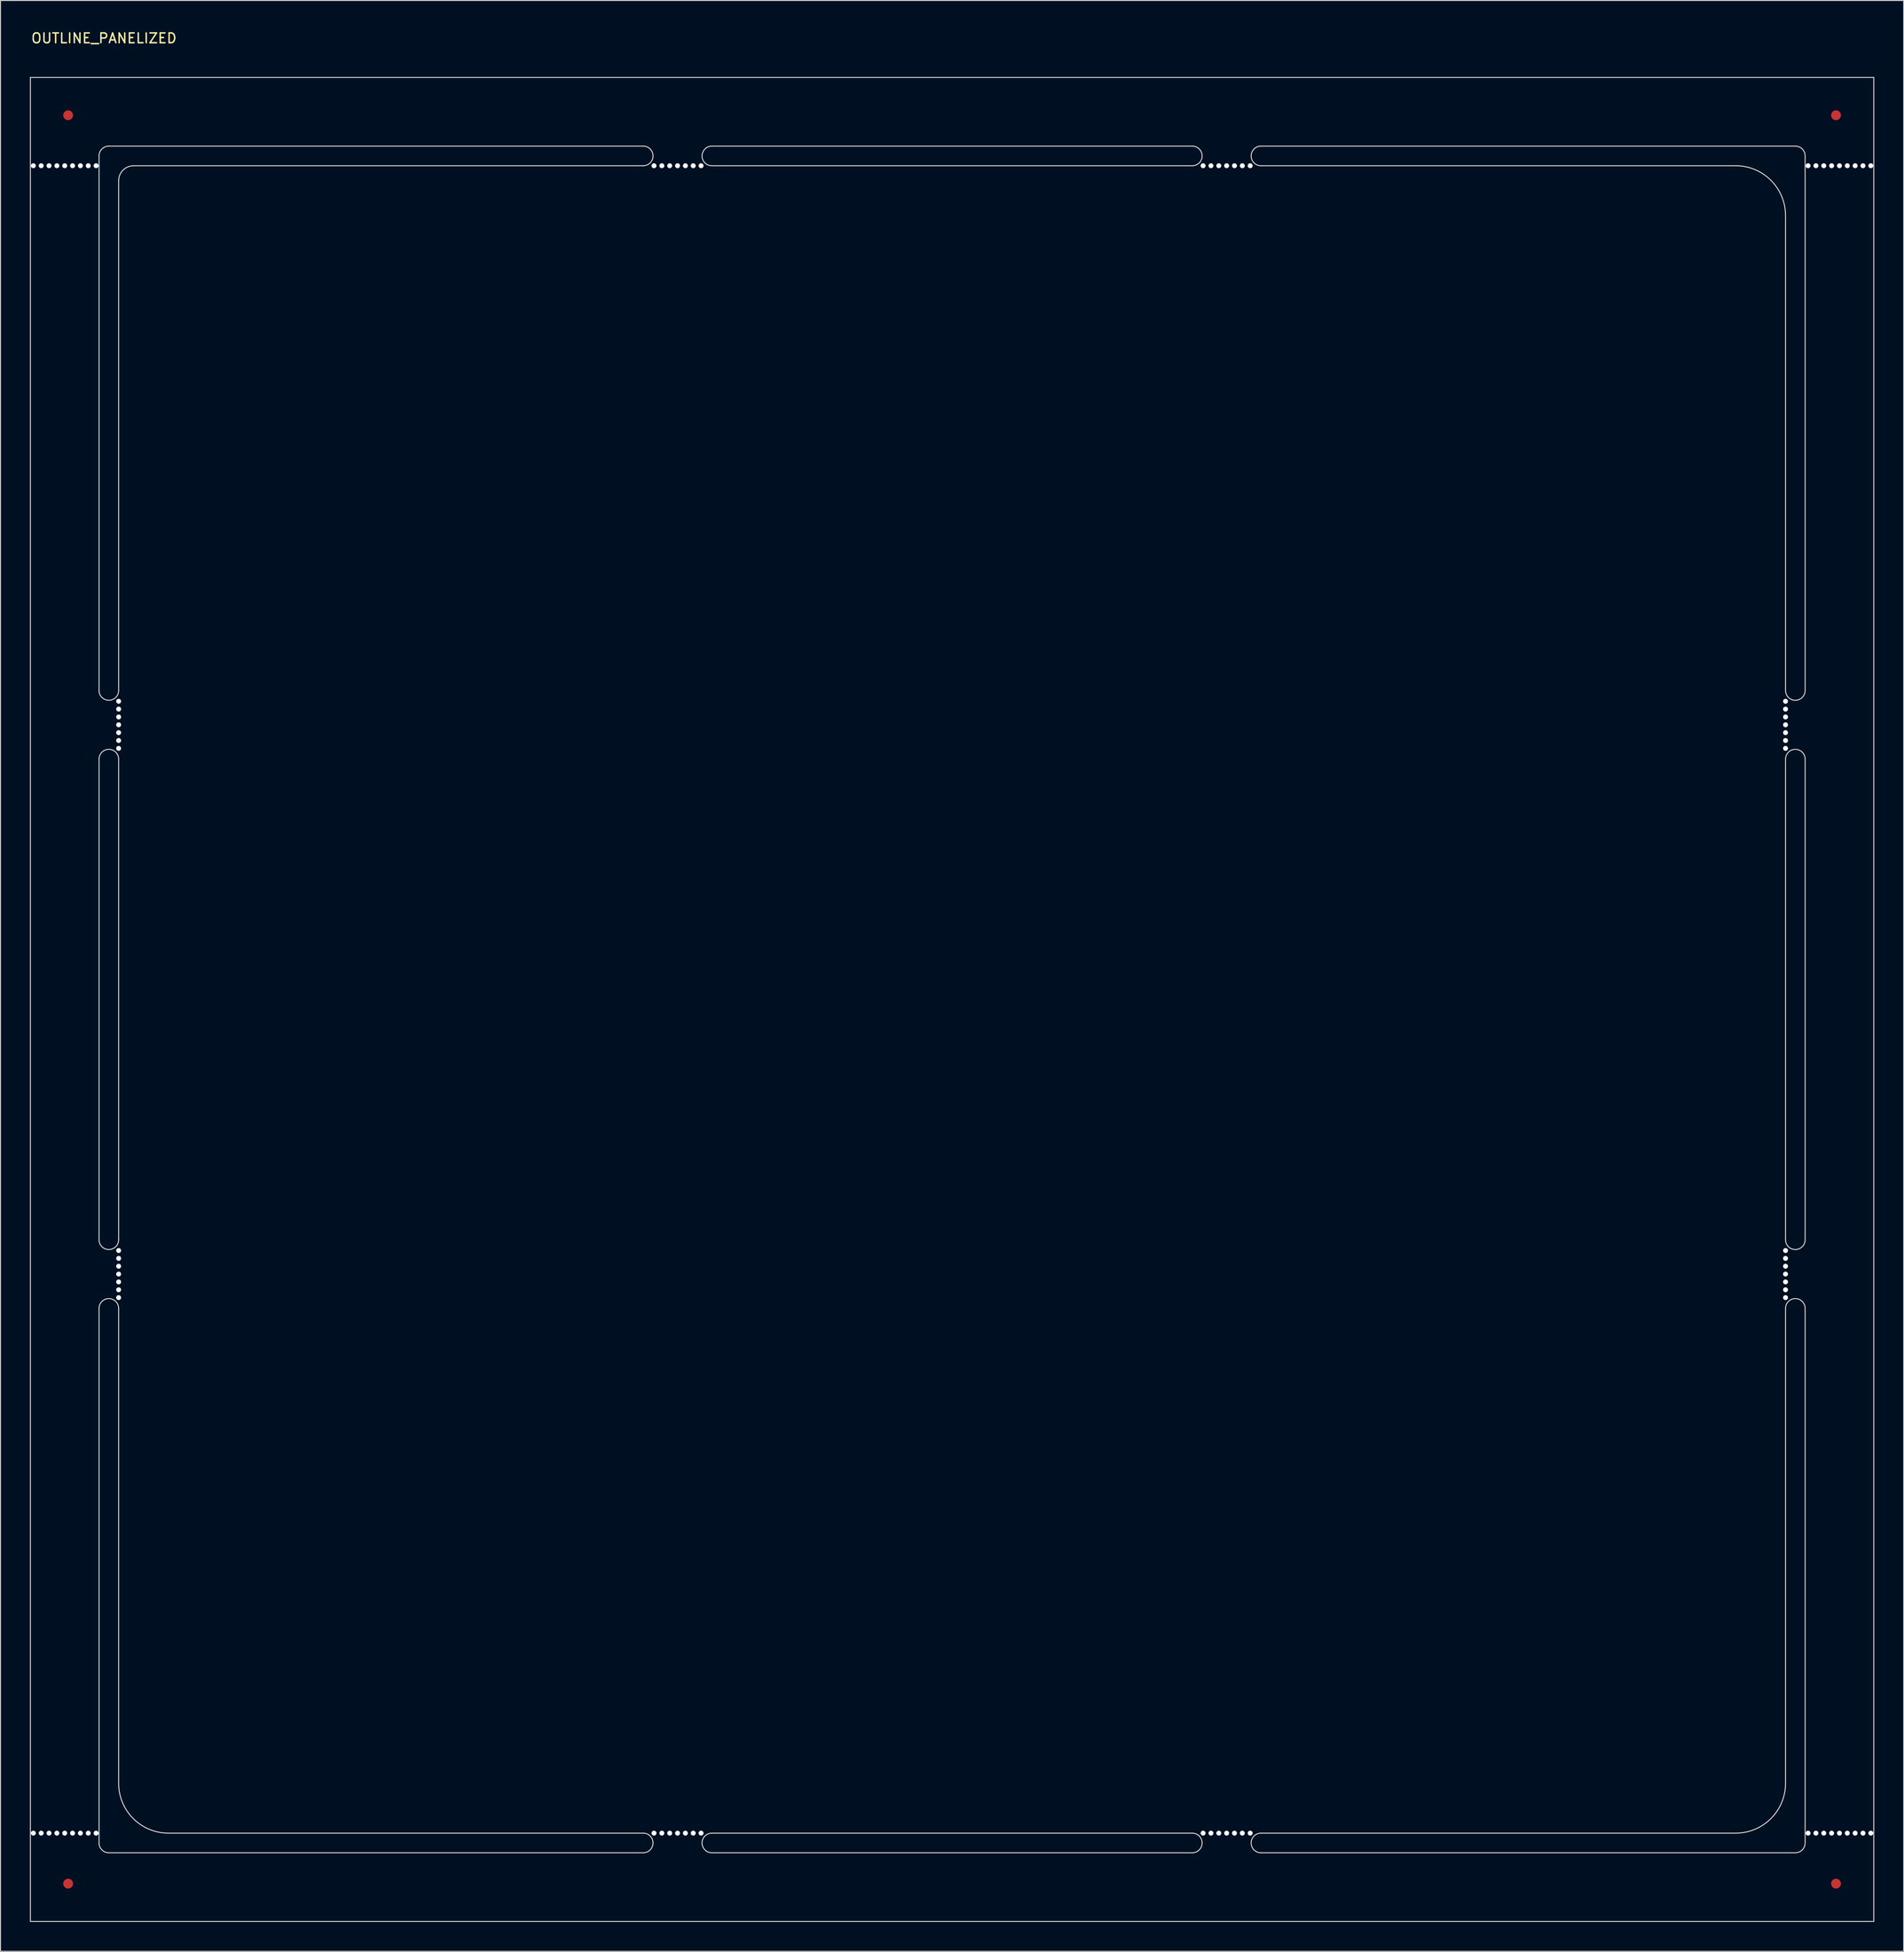
<source format=kicad_pcb>
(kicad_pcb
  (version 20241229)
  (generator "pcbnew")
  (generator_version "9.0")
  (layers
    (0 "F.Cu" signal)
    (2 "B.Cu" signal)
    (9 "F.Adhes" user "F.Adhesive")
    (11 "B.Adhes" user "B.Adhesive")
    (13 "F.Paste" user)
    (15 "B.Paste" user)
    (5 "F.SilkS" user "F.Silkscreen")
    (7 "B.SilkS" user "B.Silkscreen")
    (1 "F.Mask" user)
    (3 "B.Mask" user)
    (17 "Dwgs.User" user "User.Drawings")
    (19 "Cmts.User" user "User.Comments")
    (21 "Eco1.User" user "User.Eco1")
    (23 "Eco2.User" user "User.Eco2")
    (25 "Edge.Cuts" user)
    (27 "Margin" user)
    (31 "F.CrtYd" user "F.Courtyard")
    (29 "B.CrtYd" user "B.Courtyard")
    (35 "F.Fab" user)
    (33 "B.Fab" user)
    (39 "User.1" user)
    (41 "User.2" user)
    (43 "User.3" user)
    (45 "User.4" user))
  (footprint "OUTLINE_PANELIZED"
    (layer "F.Cu")
    (at 9.05 13.848)
    (property "Reference" "OUTLINE_PANELIZED" (at -9 -13 0) (unlocked yes) (layer "F.SilkS") (effects (font (size 1 1) (thickness 0.15)) (justify left)))
    (fp_line (start -9 -9) (end 179 -9) (stroke (width 0.1) (type default)) (layer "Edge.Cuts"))
    (fp_line (start -9 179) (end -9 -9) (stroke (width 0.1) (type default)) (layer "Edge.Cuts"))
    (fp_line (start -2 -1) (end -2 53.5) (stroke (width 0.1) (type default)) (layer "Edge.Cuts"))
    (fp_line (start -2 60.5) (end -2 109.5) (stroke (width 0.1) (type default)) (layer "Edge.Cuts"))
    (fp_line (start -2 116.5) (end -2 171) (stroke (width 0.1) (type default)) (layer "Edge.Cuts"))
    (fp_line (start 0 53.5) (end 0 1.53) (stroke (width 0.1) (type default)) (layer "Edge.Cuts"))
    (fp_line (start 0 109.5) (end 0 60.5) (stroke (width 0.1) (type default)) (layer "Edge.Cuts"))
    (fp_line (start 0 164.92) (end 0 116.5) (stroke (width 0.1) (type default)) (layer "Edge.Cuts"))
    (fp_line (start 5.08 170) (end 53.5 170) (stroke (width 0.1) (type default)) (layer "Edge.Cuts"))
    (fp_line (start 53.5 -2) (end -1 -2) (stroke (width 0.1) (type default)) (layer "Edge.Cuts"))
    (fp_line (start 53.5 0) (end 1.53 0) (stroke (width 0.1) (type default)) (layer "Edge.Cuts"))
    (fp_line (start 53.5 172) (end -1 172) (stroke (width 0.1) (type default)) (layer "Edge.Cuts"))
    (fp_line (start 60.5 -2) (end 109.5 -2) (stroke (width 0.1) (type default)) (layer "Edge.Cuts"))
    (fp_line (start 60.5 0) (end 109.5 0) (stroke (width 0.1) (type default)) (layer "Edge.Cuts"))
    (fp_line (start 60.5 170) (end 109.5 170) (stroke (width 0.1) (type default)) (layer "Edge.Cuts"))
    (fp_line (start 60.5 172) (end 109.5 172) (stroke (width 0.1) (type default)) (layer "Edge.Cuts"))
    (fp_line (start 116.5 0) (end 164.92 0) (stroke (width 0.1) (type default)) (layer "Edge.Cuts"))
    (fp_line (start 116.5 170) (end 164.92 170) (stroke (width 0.1) (type default)) (layer "Edge.Cuts"))
    (fp_line (start 170 53.5) (end 170 5.08) (stroke (width 0.1) (type default)) (layer "Edge.Cuts"))
    (fp_line (start 170 60.5) (end 170 109.5) (stroke (width 0.1) (type default)) (layer "Edge.Cuts"))
    (fp_line (start 170 116.5) (end 170 164.92) (stroke (width 0.1) (type default)) (layer "Edge.Cuts"))
    (fp_line (start 171 -2) (end 116.5 -2) (stroke (width 0.1) (type default)) (layer "Edge.Cuts"))
    (fp_line (start 171 172) (end 116.5 172) (stroke (width 0.1) (type default)) (layer "Edge.Cuts"))
    (fp_line (start 172 53.5) (end 172 -1) (stroke (width 0.1) (type default)) (layer "Edge.Cuts"))
    (fp_line (start 172 60.5) (end 172 109.5) (stroke (width 0.1) (type default)) (layer "Edge.Cuts"))
    (fp_line (start 172 171) (end 172 116.5) (stroke (width 0.1) (type default)) (layer "Edge.Cuts"))
    (fp_line (start 179 -9) (end 179 179) (stroke (width 0.1) (type default)) (layer "Edge.Cuts"))
    (fp_line (start 179 179) (end -9 179) (stroke (width 0.1) (type default)) (layer "Edge.Cuts"))
    (fp_arc (start -2 -1) (mid -1.707107 -1.707107) (end -1 -2) (stroke (width 0.1) (type default)) (layer "Edge.Cuts"))
    (fp_arc (start -2 60.5) (mid -1 59.5) (end 0 60.5) (stroke (width 0.1) (type default)) (layer "Edge.Cuts"))
    (fp_arc (start -2 116.5) (mid -1 115.5) (end 0 116.5) (stroke (width 0.1) (type default)) (layer "Edge.Cuts"))
    (fp_arc (start -1 172) (mid -1.707107 171.707107) (end -2 171) (stroke (width 0.1) (type default)) (layer "Edge.Cuts"))
    (fp_arc (start 0 1.53) (mid 0.448127 0.448127) (end 1.53 0) (stroke (width 0.1) (type default)) (layer "Edge.Cuts"))
    (fp_arc (start 0 53.5) (mid -1 54.5) (end -2 53.5) (stroke (width 0.1) (type default)) (layer "Edge.Cuts"))
    (fp_arc (start 0 109.5) (mid -1 110.5) (end -2 109.5) (stroke (width 0.1) (type default)) (layer "Edge.Cuts"))
    (fp_arc (start 5.08 170) (mid 1.487898 168.512102) (end 0 164.92) (stroke (width 0.1) (type default)) (layer "Edge.Cuts"))
    (fp_arc (start 53.5 -2) (mid 54.5 -1) (end 53.5 0) (stroke (width 0.1) (type default)) (layer "Edge.Cuts"))
    (fp_arc (start 53.5 170) (mid 54.5 171) (end 53.5 172) (stroke (width 0.1) (type default)) (layer "Edge.Cuts"))
    (fp_arc (start 60.5 0) (mid 59.5 -1) (end 60.5 -2) (stroke (width 0.1) (type default)) (layer "Edge.Cuts"))
    (fp_arc (start 60.5 172) (mid 59.5 171) (end 60.5 170) (stroke (width 0.1) (type default)) (layer "Edge.Cuts"))
    (fp_arc (start 109.5 -2) (mid 110.5 -1) (end 109.5 0) (stroke (width 0.1) (type default)) (layer "Edge.Cuts"))
    (fp_arc (start 109.5 170) (mid 110.5 171) (end 109.5 172) (stroke (width 0.1) (type default)) (layer "Edge.Cuts"))
    (fp_arc (start 116.5 0) (mid 115.5 -1) (end 116.5 -2) (stroke (width 0.1) (type default)) (layer "Edge.Cuts"))
    (fp_arc (start 116.5 172) (mid 115.5 171) (end 116.5 170) (stroke (width 0.1) (type default)) (layer "Edge.Cuts"))
    (fp_arc (start 164.92 0) (mid 168.512102 1.487898) (end 170 5.08) (stroke (width 0.1) (type default)) (layer "Edge.Cuts"))
    (fp_arc (start 170 60.5) (mid 171 59.5) (end 172 60.5) (stroke (width 0.1) (type default)) (layer "Edge.Cuts"))
    (fp_arc (start 170 116.5) (mid 171 115.5) (end 172 116.5) (stroke (width 0.1) (type default)) (layer "Edge.Cuts"))
    (fp_arc (start 170 164.92) (mid 168.512102 168.512102) (end 164.92 170) (stroke (width 0.1) (type default)) (layer "Edge.Cuts"))
    (fp_arc (start 171 -2) (mid 171.707107 -1.707107) (end 172 -1) (stroke (width 0.1) (type default)) (layer "Edge.Cuts"))
    (fp_arc (start 172 53.5) (mid 171 54.5) (end 170 53.5) (stroke (width 0.1) (type default)) (layer "Edge.Cuts"))
    (fp_arc (start 172 109.5) (mid 171 110.5) (end 170 109.5) (stroke (width 0.1) (type default)) (layer "Edge.Cuts"))
    (fp_arc (start 172 171) (mid 171.707107 171.707107) (end 171 172) (stroke (width 0.1) (type default)) (layer "Edge.Cuts"))
    (pad "" np_thru_hole circle (at -8.7 0) (size 0.5 0.5) (drill 0.5) (layers "*.Cu" "*.Mask"))
    (pad "" np_thru_hole circle (at -8.7 170) (size 0.5 0.5) (drill 0.5) (layers "*.Cu" "*.Mask"))
    (pad "" np_thru_hole circle (at -7.9 0) (size 0.5 0.5) (drill 0.5) (layers "*.Cu" "*.Mask"))
    (pad "" np_thru_hole circle (at -7.9 170) (size 0.5 0.5) (drill 0.5) (layers "*.Cu" "*.Mask"))
    (pad "" np_thru_hole circle (at -7.1 0) (size 0.5 0.5) (drill 0.5) (layers "*.Cu" "*.Mask"))
    (pad "" np_thru_hole circle (at -7.1 170) (size 0.5 0.5) (drill 0.5) (layers "*.Cu" "*.Mask"))
    (pad "" np_thru_hole circle (at -6.3 0) (size 0.5 0.5) (drill 0.5) (layers "*.Cu" "*.Mask"))
    (pad "" np_thru_hole circle (at -6.3 170) (size 0.5 0.5) (drill 0.5) (layers "*.Cu" "*.Mask"))
    (pad "" np_thru_hole circle (at -5.5 0) (size 0.5 0.5) (drill 0.5) (layers "*.Cu" "*.Mask"))
    (pad "" np_thru_hole circle (at -5.5 170) (size 0.5 0.5) (drill 0.5) (layers "*.Cu" "*.Mask"))
    (pad "" smd circle (at -5.15 -5.15) (size 1 1) (layers "F.Cu" "F.Mask"))
    (pad "" smd circle (at -5.15 175.15) (size 1 1) (layers "F.Cu" "F.Mask"))
    (pad "" np_thru_hole circle (at -4.7 0) (size 0.5 0.5) (drill 0.5) (layers "*.Cu" "*.Mask"))
    (pad "" np_thru_hole circle (at -4.7 170) (size 0.5 0.5) (drill 0.5) (layers "*.Cu" "*.Mask"))
    (pad "" np_thru_hole circle (at -3.9 0) (size 0.5 0.5) (drill 0.5) (layers "*.Cu" "*.Mask"))
    (pad "" np_thru_hole circle (at -3.9 170) (size 0.5 0.5) (drill 0.5) (layers "*.Cu" "*.Mask"))
    (pad "" np_thru_hole circle (at -3.1 0) (size 0.5 0.5) (drill 0.5) (layers "*.Cu" "*.Mask"))
    (pad "" np_thru_hole circle (at -3.1 170) (size 0.5 0.5) (drill 0.5) (layers "*.Cu" "*.Mask"))
    (pad "" np_thru_hole circle (at -2.3 0) (size 0.5 0.5) (drill 0.5) (layers "*.Cu" "*.Mask"))
    (pad "" np_thru_hole circle (at -2.3 170) (size 0.5 0.5) (drill 0.5) (layers "*.Cu" "*.Mask"))
    (pad "" np_thru_hole circle (at 0 54.6 90) (size 0.5 0.5) (drill 0.5) (layers "*.Cu" "*.Mask"))
    (pad "" np_thru_hole circle (at 0 55.4 90) (size 0.5 0.5) (drill 0.5) (layers "*.Cu" "*.Mask"))
    (pad "" np_thru_hole circle (at 0 56.2 90) (size 0.5 0.5) (drill 0.5) (layers "*.Cu" "*.Mask"))
    (pad "" np_thru_hole circle (at 0 57 90) (size 0.5 0.5) (drill 0.5) (layers "*.Cu" "*.Mask"))
    (pad "" np_thru_hole circle (at 0 57.8 90) (size 0.5 0.5) (drill 0.5) (layers "*.Cu" "*.Mask"))
    (pad "" np_thru_hole circle (at 0 58.6 90) (size 0.5 0.5) (drill 0.5) (layers "*.Cu" "*.Mask"))
    (pad "" np_thru_hole circle (at 0 59.4 90) (size 0.5 0.5) (drill 0.5) (layers "*.Cu" "*.Mask"))
    (pad "" np_thru_hole circle (at 0 110.6 90) (size 0.5 0.5) (drill 0.5) (layers "*.Cu" "*.Mask"))
    (pad "" np_thru_hole circle (at 0 111.4 90) (size 0.5 0.5) (drill 0.5) (layers "*.Cu" "*.Mask"))
    (pad "" np_thru_hole circle (at 0 112.2 90) (size 0.5 0.5) (drill 0.5) (layers "*.Cu" "*.Mask"))
    (pad "" np_thru_hole circle (at 0 113 90) (size 0.5 0.5) (drill 0.5) (layers "*.Cu" "*.Mask"))
    (pad "" np_thru_hole circle (at 0 113.8 90) (size 0.5 0.5) (drill 0.5) (layers "*.Cu" "*.Mask"))
    (pad "" np_thru_hole circle (at 0 114.6 90) (size 0.5 0.5) (drill 0.5) (layers "*.Cu" "*.Mask"))
    (pad "" np_thru_hole circle (at 0 115.4 90) (size 0.5 0.5) (drill 0.5) (layers "*.Cu" "*.Mask"))
    (pad "" np_thru_hole circle (at 54.6 0) (size 0.5 0.5) (drill 0.5) (layers "*.Cu" "*.Mask"))
    (pad "" np_thru_hole circle (at 54.6 170 180) (size 0.5 0.5) (drill 0.5) (layers "*.Cu" "*.Mask"))
    (pad "" np_thru_hole circle (at 55.4 0) (size 0.5 0.5) (drill 0.5) (layers "*.Cu" "*.Mask"))
    (pad "" np_thru_hole circle (at 55.4 170 180) (size 0.5 0.5) (drill 0.5) (layers "*.Cu" "*.Mask"))
    (pad "" np_thru_hole circle (at 56.2 0) (size 0.5 0.5) (drill 0.5) (layers "*.Cu" "*.Mask"))
    (pad "" np_thru_hole circle (at 56.2 170 180) (size 0.5 0.5) (drill 0.5) (layers "*.Cu" "*.Mask"))
    (pad "" np_thru_hole circle (at 57 0) (size 0.5 0.5) (drill 0.5) (layers "*.Cu" "*.Mask"))
    (pad "" np_thru_hole circle (at 57 170 180) (size 0.5 0.5) (drill 0.5) (layers "*.Cu" "*.Mask"))
    (pad "" np_thru_hole circle (at 57.8 0) (size 0.5 0.5) (drill 0.5) (layers "*.Cu" "*.Mask"))
    (pad "" np_thru_hole circle (at 57.8 170 180) (size 0.5 0.5) (drill 0.5) (layers "*.Cu" "*.Mask"))
    (pad "" np_thru_hole circle (at 58.6 0) (size 0.5 0.5) (drill 0.5) (layers "*.Cu" "*.Mask"))
    (pad "" np_thru_hole circle (at 58.6 170 180) (size 0.5 0.5) (drill 0.5) (layers "*.Cu" "*.Mask"))
    (pad "" np_thru_hole circle (at 59.4 0) (size 0.5 0.5) (drill 0.5) (layers "*.Cu" "*.Mask"))
    (pad "" np_thru_hole circle (at 59.4 170 180) (size 0.5 0.5) (drill 0.5) (layers "*.Cu" "*.Mask"))
    (pad "" np_thru_hole circle (at 110.6 0) (size 0.5 0.5) (drill 0.5) (layers "*.Cu" "*.Mask"))
    (pad "" np_thru_hole circle (at 110.6 170 180) (size 0.5 0.5) (drill 0.5) (layers "*.Cu" "*.Mask"))
    (pad "" np_thru_hole circle (at 111.4 0) (size 0.5 0.5) (drill 0.5) (layers "*.Cu" "*.Mask"))
    (pad "" np_thru_hole circle (at 111.4 170 180) (size 0.5 0.5) (drill 0.5) (layers "*.Cu" "*.Mask"))
    (pad "" np_thru_hole circle (at 112.2 0) (size 0.5 0.5) (drill 0.5) (layers "*.Cu" "*.Mask"))
    (pad "" np_thru_hole circle (at 112.2 170 180) (size 0.5 0.5) (drill 0.5) (layers "*.Cu" "*.Mask"))
    (pad "" np_thru_hole circle (at 113 0) (size 0.5 0.5) (drill 0.5) (layers "*.Cu" "*.Mask"))
    (pad "" np_thru_hole circle (at 113 170 180) (size 0.5 0.5) (drill 0.5) (layers "*.Cu" "*.Mask"))
    (pad "" np_thru_hole circle (at 113.8 0) (size 0.5 0.5) (drill 0.5) (layers "*.Cu" "*.Mask"))
    (pad "" np_thru_hole circle (at 113.8 170 180) (size 0.5 0.5) (drill 0.5) (layers "*.Cu" "*.Mask"))
    (pad "" np_thru_hole circle (at 114.6 0) (size 0.5 0.5) (drill 0.5) (layers "*.Cu" "*.Mask"))
    (pad "" np_thru_hole circle (at 114.6 170 180) (size 0.5 0.5) (drill 0.5) (layers "*.Cu" "*.Mask"))
    (pad "" np_thru_hole circle (at 115.4 0) (size 0.5 0.5) (drill 0.5) (layers "*.Cu" "*.Mask"))
    (pad "" np_thru_hole circle (at 115.4 170 180) (size 0.5 0.5) (drill 0.5) (layers "*.Cu" "*.Mask"))
    (pad "" np_thru_hole circle (at 170 54.6 270) (size 0.5 0.5) (drill 0.5) (layers "*.Cu" "*.Mask"))
    (pad "" np_thru_hole circle (at 170 55.4 270) (size 0.5 0.5) (drill 0.5) (layers "*.Cu" "*.Mask"))
    (pad "" np_thru_hole circle (at 170 56.2 270) (size 0.5 0.5) (drill 0.5) (layers "*.Cu" "*.Mask"))
    (pad "" np_thru_hole circle (at 170 57 270) (size 0.5 0.5) (drill 0.5) (layers "*.Cu" "*.Mask"))
    (pad "" np_thru_hole circle (at 170 57.8 270) (size 0.5 0.5) (drill 0.5) (layers "*.Cu" "*.Mask"))
    (pad "" np_thru_hole circle (at 170 58.6 270) (size 0.5 0.5) (drill 0.5) (layers "*.Cu" "*.Mask"))
    (pad "" np_thru_hole circle (at 170 59.4 270) (size 0.5 0.5) (drill 0.5) (layers "*.Cu" "*.Mask"))
    (pad "" np_thru_hole circle (at 170 110.6 270) (size 0.5 0.5) (drill 0.5) (layers "*.Cu" "*.Mask"))
    (pad "" np_thru_hole circle (at 170 111.4 270) (size 0.5 0.5) (drill 0.5) (layers "*.Cu" "*.Mask"))
    (pad "" np_thru_hole circle (at 170 112.2 270) (size 0.5 0.5) (drill 0.5) (layers "*.Cu" "*.Mask"))
    (pad "" np_thru_hole circle (at 170 113 270) (size 0.5 0.5) (drill 0.5) (layers "*.Cu" "*.Mask"))
    (pad "" np_thru_hole circle (at 170 113.8 270) (size 0.5 0.5) (drill 0.5) (layers "*.Cu" "*.Mask"))
    (pad "" np_thru_hole circle (at 170 114.6 270) (size 0.5 0.5) (drill 0.5) (layers "*.Cu" "*.Mask"))
    (pad "" np_thru_hole circle (at 170 115.4 270) (size 0.5 0.5) (drill 0.5) (layers "*.Cu" "*.Mask"))
    (pad "" np_thru_hole circle (at 172.3 0) (size 0.5 0.5) (drill 0.5) (layers "*.Cu" "*.Mask"))
    (pad "" np_thru_hole circle (at 172.3 170) (size 0.5 0.5) (drill 0.5) (layers "*.Cu" "*.Mask"))
    (pad "" np_thru_hole circle (at 173.1 0) (size 0.5 0.5) (drill 0.5) (layers "*.Cu" "*.Mask"))
    (pad "" np_thru_hole circle (at 173.1 170) (size 0.5 0.5) (drill 0.5) (layers "*.Cu" "*.Mask"))
    (pad "" np_thru_hole circle (at 173.9 0) (size 0.5 0.5) (drill 0.5) (layers "*.Cu" "*.Mask"))
    (pad "" np_thru_hole circle (at 173.9 170) (size 0.5 0.5) (drill 0.5) (layers "*.Cu" "*.Mask"))
    (pad "" np_thru_hole circle (at 174.7 0) (size 0.5 0.5) (drill 0.5) (layers "*.Cu" "*.Mask"))
    (pad "" np_thru_hole circle (at 174.7 170) (size 0.5 0.5) (drill 0.5) (layers "*.Cu" "*.Mask"))
    (pad "" smd circle (at 175.15 -5.15) (size 1 1) (layers "F.Cu" "F.Mask"))
    (pad "" smd circle (at 175.15 175.15) (size 1 1) (layers "F.Cu" "F.Mask"))
    (pad "" np_thru_hole circle (at 175.5 0) (size 0.5 0.5) (drill 0.5) (layers "*.Cu" "*.Mask"))
    (pad "" np_thru_hole circle (at 175.5 170) (size 0.5 0.5) (drill 0.5) (layers "*.Cu" "*.Mask"))
    (pad "" np_thru_hole circle (at 176.3 0) (size 0.5 0.5) (drill 0.5) (layers "*.Cu" "*.Mask"))
    (pad "" np_thru_hole circle (at 176.3 170) (size 0.5 0.5) (drill 0.5) (layers "*.Cu" "*.Mask"))
    (pad "" np_thru_hole circle (at 177.1 0) (size 0.5 0.5) (drill 0.5) (layers "*.Cu" "*.Mask"))
    (pad "" np_thru_hole circle (at 177.1 170) (size 0.5 0.5) (drill 0.5) (layers "*.Cu" "*.Mask"))
    (pad "" np_thru_hole circle (at 177.9 0) (size 0.5 0.5) (drill 0.5) (layers "*.Cu" "*.Mask"))
    (pad "" np_thru_hole circle (at 177.9 170) (size 0.5 0.5) (drill 0.5) (layers "*.Cu" "*.Mask"))
    (pad "" np_thru_hole circle (at 178.7 0) (size 0.5 0.5) (drill 0.5) (layers "*.Cu" "*.Mask"))
    (pad "" np_thru_hole circle (at 178.7 170) (size 0.5 0.5) (drill 0.5) (layers "*.Cu" "*.Mask")))
  (gr_rect
    (start -3 -3)
    (end 191.1 195.898)
    (stroke (width 0.1) (type default))
    (fill no)
    (layer "Edge.Cuts")))
</source>
